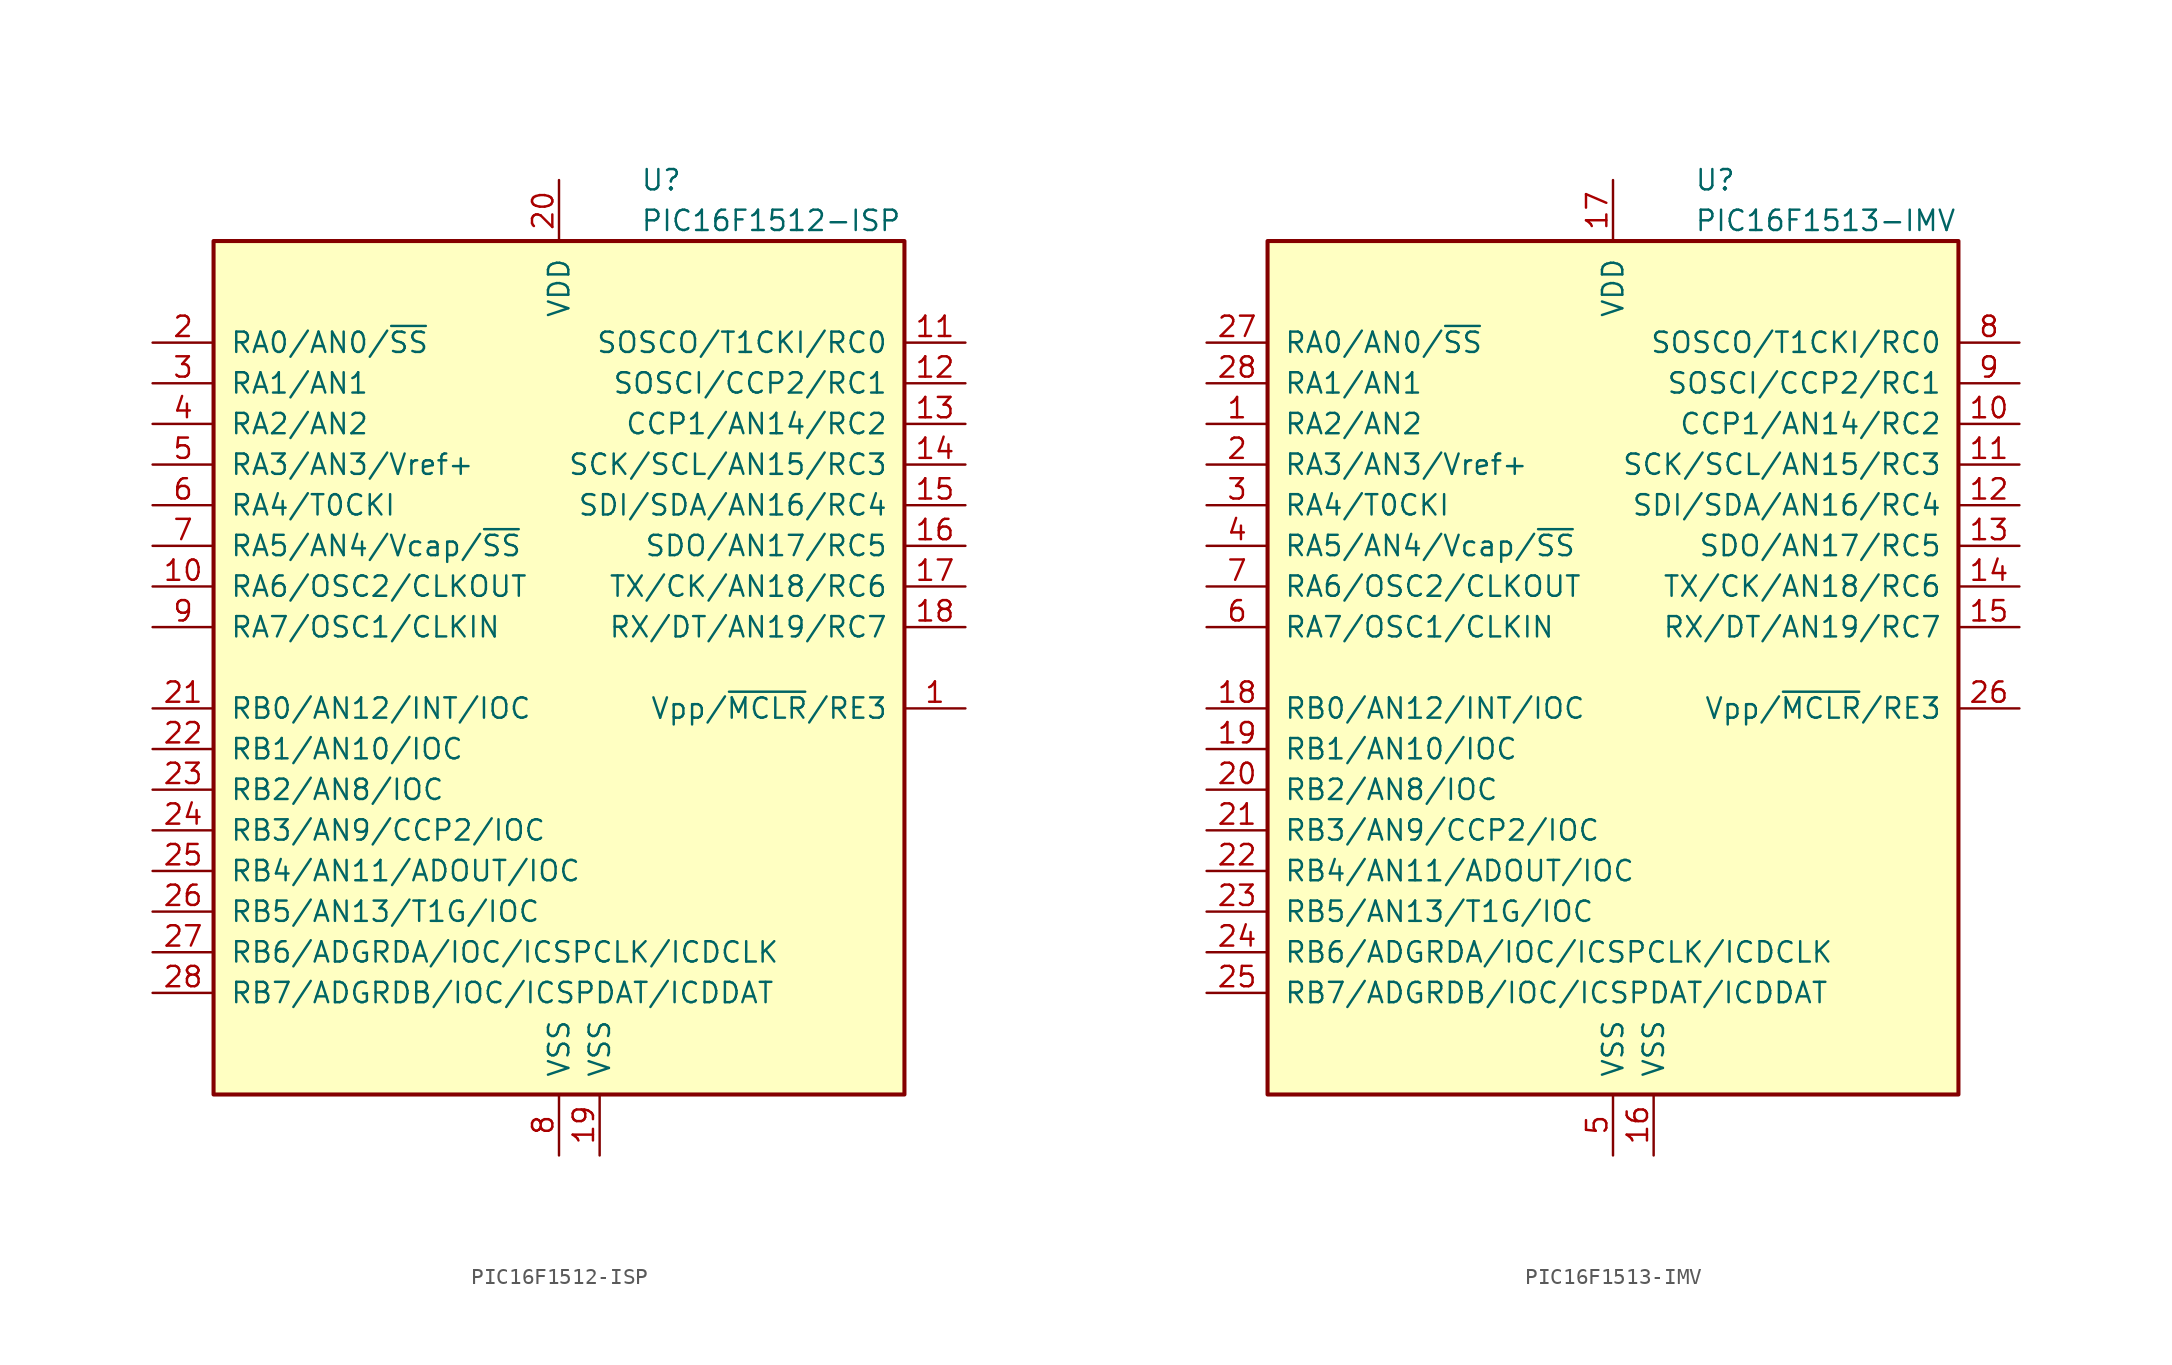
<source format=kicad_sym>
(kicad_symbol_lib
  (version 20201005)
  (generator kicad_symbol_editor)
  (symbol "MCU_Microchip_PIC16:PIC16F1512-ISP"
    (pin_names
      (offset 1.016))
    (property "Reference" "U"
      (at 5.08 30.48 0)
      (effects (font (size 1.27 1.27)) (justify left)))
    (property "Value" "PIC16F1512-ISP"
      (at 5.08 27.94 0)
      (effects (font (size 1.27 1.27)) (justify left)))
    (symbol "PIC16F1512-ISP_0_1"
      (rectangle (start -21.59 26.67) (end 21.59 -26.67) (stroke (width 0.254)) (fill (type background))))
    (symbol "PIC16F1512-ISP_1_1"
      (pin input line (at 25.4 -2.54 180) (length 3.81) (name "Vpp/~MCLR~/RE3" (effects (font (size 1.27 1.27)))) (number "1" (effects (font (size 1.27 1.27)))))
      (pin bidirectional line (at -25.4 5.08 0) (length 3.81) (name "RA6/OSC2/CLKOUT" (effects (font (size 1.27 1.27)))) (number "10" (effects (font (size 1.27 1.27)))))
      (pin bidirectional line (at 25.4 20.32 180) (length 3.81) (name "SOSCO/T1CKI/RC0" (effects (font (size 1.27 1.27)))) (number "11" (effects (font (size 1.27 1.27)))))
      (pin bidirectional line (at 25.4 17.78 180) (length 3.81) (name "SOSCI/CCP2/RC1" (effects (font (size 1.27 1.27)))) (number "12" (effects (font (size 1.27 1.27)))))
      (pin bidirectional line (at 25.4 15.24 180) (length 3.81) (name "CCP1/AN14/RC2" (effects (font (size 1.27 1.27)))) (number "13" (effects (font (size 1.27 1.27)))))
      (pin bidirectional line (at 25.4 12.7 180) (length 3.81) (name "SCK/SCL/AN15/RC3" (effects (font (size 1.27 1.27)))) (number "14" (effects (font (size 1.27 1.27)))))
      (pin bidirectional line (at 25.4 10.16 180) (length 3.81) (name "SDI/SDA/AN16/RC4" (effects (font (size 1.27 1.27)))) (number "15" (effects (font (size 1.27 1.27)))))
      (pin bidirectional line (at 25.4 7.62 180) (length 3.81) (name "SDO/AN17/RC5" (effects (font (size 1.27 1.27)))) (number "16" (effects (font (size 1.27 1.27)))))
      (pin bidirectional line (at 25.4 5.08 180) (length 3.81) (name "TX/CK/AN18/RC6" (effects (font (size 1.27 1.27)))) (number "17" (effects (font (size 1.27 1.27)))))
      (pin bidirectional line (at 25.4 2.54 180) (length 3.81) (name "RX/DT/AN19/RC7" (effects (font (size 1.27 1.27)))) (number "18" (effects (font (size 1.27 1.27)))))
      (pin power_in line (at 2.54 -30.48 90) (length 3.81) (name "VSS" (effects (font (size 1.27 1.27)))) (number "19" (effects (font (size 1.27 1.27)))))
      (pin bidirectional line (at -25.4 20.32 0) (length 3.81) (name "RA0/AN0/~SS" (effects (font (size 1.27 1.27)))) (number "2" (effects (font (size 1.27 1.27)))))
      (pin power_in line (at 0 30.48 270) (length 3.81) (name "VDD" (effects (font (size 1.27 1.27)))) (number "20" (effects (font (size 1.27 1.27)))))
      (pin bidirectional line (at -25.4 -2.54 0) (length 3.81) (name "RB0/AN12/INT/IOC" (effects (font (size 1.27 1.27)))) (number "21" (effects (font (size 1.27 1.27)))))
      (pin bidirectional line (at -25.4 -5.08 0) (length 3.81) (name "RB1/AN10/IOC" (effects (font (size 1.27 1.27)))) (number "22" (effects (font (size 1.27 1.27)))))
      (pin bidirectional line (at -25.4 -7.62 0) (length 3.81) (name "RB2/AN8/IOC" (effects (font (size 1.27 1.27)))) (number "23" (effects (font (size 1.27 1.27)))))
      (pin bidirectional line (at -25.4 -10.16 0) (length 3.81) (name "RB3/AN9/CCP2/IOC" (effects (font (size 1.27 1.27)))) (number "24" (effects (font (size 1.27 1.27)))))
      (pin bidirectional line (at -25.4 -12.7 0) (length 3.81) (name "RB4/AN11/ADOUT/IOC" (effects (font (size 1.27 1.27)))) (number "25" (effects (font (size 1.27 1.27)))))
      (pin bidirectional line (at -25.4 -15.24 0) (length 3.81) (name "RB5/AN13/T1G/IOC" (effects (font (size 1.27 1.27)))) (number "26" (effects (font (size 1.27 1.27)))))
      (pin bidirectional line (at -25.4 -17.78 0) (length 3.81) (name "RB6/ADGRDA/IOC/ICSPCLK/ICDCLK" (effects (font (size 1.27 1.27)))) (number "27" (effects (font (size 1.27 1.27)))))
      (pin bidirectional line (at -25.4 -20.32 0) (length 3.81) (name "RB7/ADGRDB/IOC/ICSPDAT/ICDDAT" (effects (font (size 1.27 1.27)))) (number "28" (effects (font (size 1.27 1.27)))))
      (pin bidirectional line (at -25.4 17.78 0) (length 3.81) (name "RA1/AN1" (effects (font (size 1.27 1.27)))) (number "3" (effects (font (size 1.27 1.27)))))
      (pin bidirectional line (at -25.4 15.24 0) (length 3.81) (name "RA2/AN2" (effects (font (size 1.27 1.27)))) (number "4" (effects (font (size 1.27 1.27)))))
      (pin bidirectional line (at -25.4 12.7 0) (length 3.81) (name "RA3/AN3/Vref+" (effects (font (size 1.27 1.27)))) (number "5" (effects (font (size 1.27 1.27)))))
      (pin bidirectional line (at -25.4 10.16 0) (length 3.81) (name "RA4/T0CKI" (effects (font (size 1.27 1.27)))) (number "6" (effects (font (size 1.27 1.27)))))
      (pin bidirectional line (at -25.4 7.62 0) (length 3.81) (name "RA5/AN4/Vcap/~SS" (effects (font (size 1.27 1.27)))) (number "7" (effects (font (size 1.27 1.27)))))
      (pin power_in line (at 0 -30.48 90) (length 3.81) (name "VSS" (effects (font (size 1.27 1.27)))) (number "8" (effects (font (size 1.27 1.27)))))
      (pin bidirectional line (at -25.4 2.54 0) (length 3.81) (name "RA7/OSC1/CLKIN" (effects (font (size 1.27 1.27)))) (number "9" (effects (font (size 1.27 1.27)))))))
  (symbol "MCU_Microchip_PIC16:PIC16F1513-IMV"
    (pin_names
      (offset 1.016))
    (property "Reference" "U"
      (at 5.08 30.48 0)
      (effects (font (size 1.27 1.27)) (justify left)))
    (property "Value" "PIC16F1513-IMV"
      (at 5.08 27.94 0)
      (effects (font (size 1.27 1.27)) (justify left)))
    (symbol "PIC16F1513-IMV_0_1"
      (rectangle (start -21.59 26.67) (end 21.59 -26.67) (stroke (width 0.254)) (fill (type background))))
    (symbol "PIC16F1513-IMV_1_1"
      (pin bidirectional line (at -25.4 15.24 0) (length 3.81) (name "RA2/AN2" (effects (font (size 1.27 1.27)))) (number "1" (effects (font (size 1.27 1.27)))))
      (pin bidirectional line (at 25.4 15.24 180) (length 3.81) (name "CCP1/AN14/RC2" (effects (font (size 1.27 1.27)))) (number "10" (effects (font (size 1.27 1.27)))))
      (pin bidirectional line (at 25.4 12.7 180) (length 3.81) (name "SCK/SCL/AN15/RC3" (effects (font (size 1.27 1.27)))) (number "11" (effects (font (size 1.27 1.27)))))
      (pin bidirectional line (at 25.4 10.16 180) (length 3.81) (name "SDI/SDA/AN16/RC4" (effects (font (size 1.27 1.27)))) (number "12" (effects (font (size 1.27 1.27)))))
      (pin bidirectional line (at 25.4 7.62 180) (length 3.81) (name "SDO/AN17/RC5" (effects (font (size 1.27 1.27)))) (number "13" (effects (font (size 1.27 1.27)))))
      (pin bidirectional line (at 25.4 5.08 180) (length 3.81) (name "TX/CK/AN18/RC6" (effects (font (size 1.27 1.27)))) (number "14" (effects (font (size 1.27 1.27)))))
      (pin bidirectional line (at 25.4 2.54 180) (length 3.81) (name "RX/DT/AN19/RC7" (effects (font (size 1.27 1.27)))) (number "15" (effects (font (size 1.27 1.27)))))
      (pin power_in line (at 2.54 -30.48 90) (length 3.81) (name "VSS" (effects (font (size 1.27 1.27)))) (number "16" (effects (font (size 1.27 1.27)))))
      (pin power_in line (at 0 30.48 270) (length 3.81) (name "VDD" (effects (font (size 1.27 1.27)))) (number "17" (effects (font (size 1.27 1.27)))))
      (pin bidirectional line (at -25.4 -2.54 0) (length 3.81) (name "RB0/AN12/INT/IOC" (effects (font (size 1.27 1.27)))) (number "18" (effects (font (size 1.27 1.27)))))
      (pin bidirectional line (at -25.4 -5.08 0) (length 3.81) (name "RB1/AN10/IOC" (effects (font (size 1.27 1.27)))) (number "19" (effects (font (size 1.27 1.27)))))
      (pin bidirectional line (at -25.4 12.7 0) (length 3.81) (name "RA3/AN3/Vref+" (effects (font (size 1.27 1.27)))) (number "2" (effects (font (size 1.27 1.27)))))
      (pin bidirectional line (at -25.4 -7.62 0) (length 3.81) (name "RB2/AN8/IOC" (effects (font (size 1.27 1.27)))) (number "20" (effects (font (size 1.27 1.27)))))
      (pin bidirectional line (at -25.4 -10.16 0) (length 3.81) (name "RB3/AN9/CCP2/IOC" (effects (font (size 1.27 1.27)))) (number "21" (effects (font (size 1.27 1.27)))))
      (pin bidirectional line (at -25.4 -12.7 0) (length 3.81) (name "RB4/AN11/ADOUT/IOC" (effects (font (size 1.27 1.27)))) (number "22" (effects (font (size 1.27 1.27)))))
      (pin bidirectional line (at -25.4 -15.24 0) (length 3.81) (name "RB5/AN13/T1G/IOC" (effects (font (size 1.27 1.27)))) (number "23" (effects (font (size 1.27 1.27)))))
      (pin bidirectional line (at -25.4 -17.78 0) (length 3.81) (name "RB6/ADGRDA/IOC/ICSPCLK/ICDCLK" (effects (font (size 1.27 1.27)))) (number "24" (effects (font (size 1.27 1.27)))))
      (pin bidirectional line (at -25.4 -20.32 0) (length 3.81) (name "RB7/ADGRDB/IOC/ICSPDAT/ICDDAT" (effects (font (size 1.27 1.27)))) (number "25" (effects (font (size 1.27 1.27)))))
      (pin input line (at 25.4 -2.54 180) (length 3.81) (name "Vpp/~MCLR~/RE3" (effects (font (size 1.27 1.27)))) (number "26" (effects (font (size 1.27 1.27)))))
      (pin bidirectional line (at -25.4 20.32 0) (length 3.81) (name "RA0/AN0/~SS" (effects (font (size 1.27 1.27)))) (number "27" (effects (font (size 1.27 1.27)))))
      (pin bidirectional line (at -25.4 17.78 0) (length 3.81) (name "RA1/AN1" (effects (font (size 1.27 1.27)))) (number "28" (effects (font (size 1.27 1.27)))))
      (pin bidirectional line (at -25.4 10.16 0) (length 3.81) (name "RA4/T0CKI" (effects (font (size 1.27 1.27)))) (number "3" (effects (font (size 1.27 1.27)))))
      (pin bidirectional line (at -25.4 7.62 0) (length 3.81) (name "RA5/AN4/Vcap/~SS" (effects (font (size 1.27 1.27)))) (number "4" (effects (font (size 1.27 1.27)))))
      (pin power_in line (at 0 -30.48 90) (length 3.81) (name "VSS" (effects (font (size 1.27 1.27)))) (number "5" (effects (font (size 1.27 1.27)))))
      (pin bidirectional line (at -25.4 2.54 0) (length 3.81) (name "RA7/OSC1/CLKIN" (effects (font (size 1.27 1.27)))) (number "6" (effects (font (size 1.27 1.27)))))
      (pin bidirectional line (at -25.4 5.08 0) (length 3.81) (name "RA6/OSC2/CLKOUT" (effects (font (size 1.27 1.27)))) (number "7" (effects (font (size 1.27 1.27)))))
      (pin bidirectional line (at 25.4 20.32 180) (length 3.81) (name "SOSCO/T1CKI/RC0" (effects (font (size 1.27 1.27)))) (number "8" (effects (font (size 1.27 1.27)))))
      (pin bidirectional line (at 25.4 17.78 180) (length 3.81) (name "SOSCI/CCP2/RC1" (effects (font (size 1.27 1.27)))) (number "9" (effects (font (size 1.27 1.27))))))))
</source>
